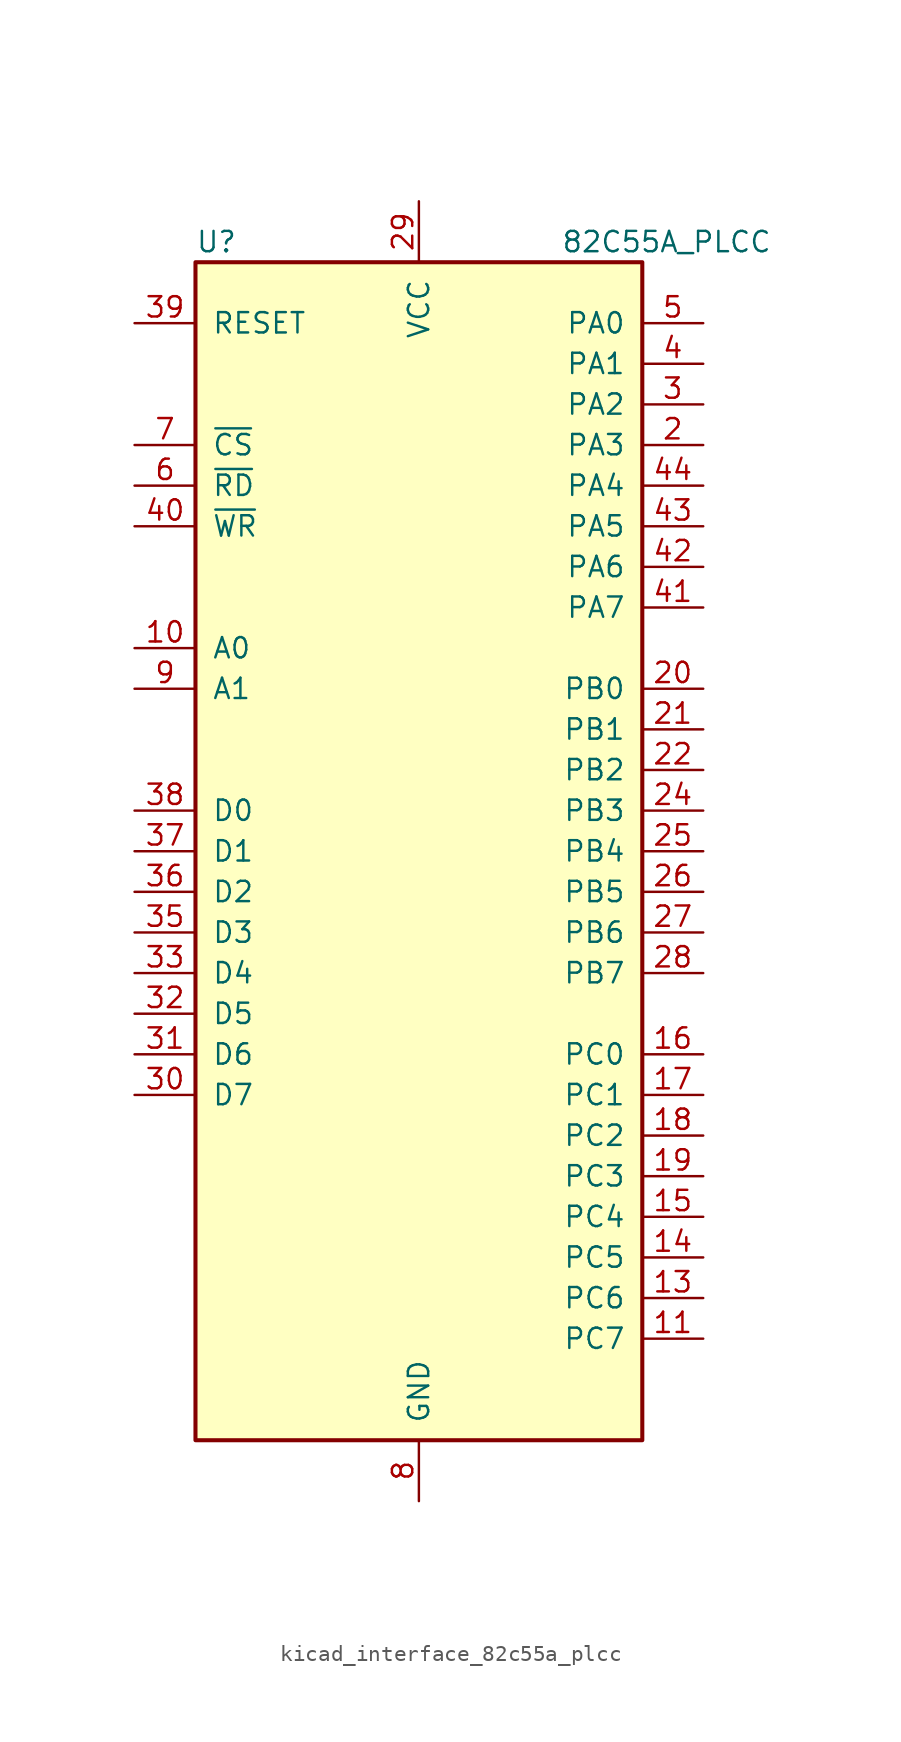
<source format=kicad_sym>
(kicad_symbol_lib
  (version 20220914)
  (generator kicad_symbol_editor)
  (symbol "kicad_interface_82c55a_plcc"
    (pin_names
      (offset 1.016))
    (property "Reference" "U"
      (at -13.97 38.1 0)
      (effects (font (size 1.27 1.27)) (justify left)))
    (property "Value" "82C55A_PLCC"
      (at 8.89 38.1 0)
      (effects (font (size 1.27 1.27)) (justify left)))
    (symbol "kicad_interface_82c55a_plcc_1_1"
      (rectangle (start -13.97 -36.83) (end 13.97 36.83) (stroke (width 0.254) (type default)) (fill (type background)))
      (pin no_connect line (at -13.97 -22.86 0) (length 5.08) hide (name "NC" (effects (font (size 1.27 1.27)))) (number "1" (effects (font (size 1.27 1.27)))))
      (pin input line (at -17.78 12.7 0) (length 3.81) (name "A0" (effects (font (size 1.27 1.27)))) (number "10" (effects (font (size 1.27 1.27)))))
      (pin bidirectional line (at 17.78 -30.48 180) (length 3.81) (name "PC7" (effects (font (size 1.27 1.27)))) (number "11" (effects (font (size 1.27 1.27)))))
      (pin no_connect line (at -13.97 -25.4 0) (length 5.08) hide (name "NC" (effects (font (size 1.27 1.27)))) (number "12" (effects (font (size 1.27 1.27)))))
      (pin bidirectional line (at 17.78 -27.94 180) (length 3.81) (name "PC6" (effects (font (size 1.27 1.27)))) (number "13" (effects (font (size 1.27 1.27)))))
      (pin bidirectional line (at 17.78 -25.4 180) (length 3.81) (name "PC5" (effects (font (size 1.27 1.27)))) (number "14" (effects (font (size 1.27 1.27)))))
      (pin bidirectional line (at 17.78 -22.86 180) (length 3.81) (name "PC4" (effects (font (size 1.27 1.27)))) (number "15" (effects (font (size 1.27 1.27)))))
      (pin bidirectional line (at 17.78 -12.7 180) (length 3.81) (name "PC0" (effects (font (size 1.27 1.27)))) (number "16" (effects (font (size 1.27 1.27)))))
      (pin bidirectional line (at 17.78 -15.24 180) (length 3.81) (name "PC1" (effects (font (size 1.27 1.27)))) (number "17" (effects (font (size 1.27 1.27)))))
      (pin bidirectional line (at 17.78 -17.78 180) (length 3.81) (name "PC2" (effects (font (size 1.27 1.27)))) (number "18" (effects (font (size 1.27 1.27)))))
      (pin bidirectional line (at 17.78 -20.32 180) (length 3.81) (name "PC3" (effects (font (size 1.27 1.27)))) (number "19" (effects (font (size 1.27 1.27)))))
      (pin bidirectional line (at 17.78 25.4 180) (length 3.81) (name "PA3" (effects (font (size 1.27 1.27)))) (number "2" (effects (font (size 1.27 1.27)))))
      (pin bidirectional line (at 17.78 10.16 180) (length 3.81) (name "PB0" (effects (font (size 1.27 1.27)))) (number "20" (effects (font (size 1.27 1.27)))))
      (pin bidirectional line (at 17.78 7.62 180) (length 3.81) (name "PB1" (effects (font (size 1.27 1.27)))) (number "21" (effects (font (size 1.27 1.27)))))
      (pin bidirectional line (at 17.78 5.08 180) (length 3.81) (name "PB2" (effects (font (size 1.27 1.27)))) (number "22" (effects (font (size 1.27 1.27)))))
      (pin no_connect line (at -13.97 -27.94 0) (length 5.08) hide (name "NC" (effects (font (size 1.27 1.27)))) (number "23" (effects (font (size 1.27 1.27)))))
      (pin bidirectional line (at 17.78 2.54 180) (length 3.81) (name "PB3" (effects (font (size 1.27 1.27)))) (number "24" (effects (font (size 1.27 1.27)))))
      (pin bidirectional line (at 17.78 0 180) (length 3.81) (name "PB4" (effects (font (size 1.27 1.27)))) (number "25" (effects (font (size 1.27 1.27)))))
      (pin bidirectional line (at 17.78 -2.54 180) (length 3.81) (name "PB5" (effects (font (size 1.27 1.27)))) (number "26" (effects (font (size 1.27 1.27)))))
      (pin bidirectional line (at 17.78 -5.08 180) (length 3.81) (name "PB6" (effects (font (size 1.27 1.27)))) (number "27" (effects (font (size 1.27 1.27)))))
      (pin bidirectional line (at 17.78 -7.62 180) (length 3.81) (name "PB7" (effects (font (size 1.27 1.27)))) (number "28" (effects (font (size 1.27 1.27)))))
      (pin power_in line (at 0 40.64 270) (length 3.81) (name "VCC" (effects (font (size 1.27 1.27)))) (number "29" (effects (font (size 1.27 1.27)))))
      (pin bidirectional line (at 17.78 27.94 180) (length 3.81) (name "PA2" (effects (font (size 1.27 1.27)))) (number "3" (effects (font (size 1.27 1.27)))))
      (pin bidirectional line (at -17.78 -15.24 0) (length 3.81) (name "D7" (effects (font (size 1.27 1.27)))) (number "30" (effects (font (size 1.27 1.27)))))
      (pin bidirectional line (at -17.78 -12.7 0) (length 3.81) (name "D6" (effects (font (size 1.27 1.27)))) (number "31" (effects (font (size 1.27 1.27)))))
      (pin bidirectional line (at -17.78 -10.16 0) (length 3.81) (name "D5" (effects (font (size 1.27 1.27)))) (number "32" (effects (font (size 1.27 1.27)))))
      (pin bidirectional line (at -17.78 -7.62 0) (length 3.81) (name "D4" (effects (font (size 1.27 1.27)))) (number "33" (effects (font (size 1.27 1.27)))))
      (pin no_connect line (at -13.97 -30.48 0) (length 5.08) hide (name "NC" (effects (font (size 1.27 1.27)))) (number "34" (effects (font (size 1.27 1.27)))))
      (pin bidirectional line (at -17.78 -5.08 0) (length 3.81) (name "D3" (effects (font (size 1.27 1.27)))) (number "35" (effects (font (size 1.27 1.27)))))
      (pin bidirectional line (at -17.78 -2.54 0) (length 3.81) (name "D2" (effects (font (size 1.27 1.27)))) (number "36" (effects (font (size 1.27 1.27)))))
      (pin bidirectional line (at -17.78 0 0) (length 3.81) (name "D1" (effects (font (size 1.27 1.27)))) (number "37" (effects (font (size 1.27 1.27)))))
      (pin bidirectional line (at -17.78 2.54 0) (length 3.81) (name "D0" (effects (font (size 1.27 1.27)))) (number "38" (effects (font (size 1.27 1.27)))))
      (pin input line (at -17.78 33.02 0) (length 3.81) (name "RESET" (effects (font (size 1.27 1.27)))) (number "39" (effects (font (size 1.27 1.27)))))
      (pin bidirectional line (at 17.78 30.48 180) (length 3.81) (name "PA1" (effects (font (size 1.27 1.27)))) (number "4" (effects (font (size 1.27 1.27)))))
      (pin input line (at -17.78 20.32 0) (length 3.81) (name "~{WR}" (effects (font (size 1.27 1.27)))) (number "40" (effects (font (size 1.27 1.27)))))
      (pin bidirectional line (at 17.78 15.24 180) (length 3.81) (name "PA7" (effects (font (size 1.27 1.27)))) (number "41" (effects (font (size 1.27 1.27)))))
      (pin bidirectional line (at 17.78 17.78 180) (length 3.81) (name "PA6" (effects (font (size 1.27 1.27)))) (number "42" (effects (font (size 1.27 1.27)))))
      (pin bidirectional line (at 17.78 20.32 180) (length 3.81) (name "PA5" (effects (font (size 1.27 1.27)))) (number "43" (effects (font (size 1.27 1.27)))))
      (pin bidirectional line (at 17.78 22.86 180) (length 3.81) (name "PA4" (effects (font (size 1.27 1.27)))) (number "44" (effects (font (size 1.27 1.27)))))
      (pin bidirectional line (at 17.78 33.02 180) (length 3.81) (name "PA0" (effects (font (size 1.27 1.27)))) (number "5" (effects (font (size 1.27 1.27)))))
      (pin input line (at -17.78 22.86 0) (length 3.81) (name "~{RD}" (effects (font (size 1.27 1.27)))) (number "6" (effects (font (size 1.27 1.27)))))
      (pin input line (at -17.78 25.4 0) (length 3.81) (name "~{CS}" (effects (font (size 1.27 1.27)))) (number "7" (effects (font (size 1.27 1.27)))))
      (pin power_in line (at 0 -40.64 90) (length 3.81) (name "GND" (effects (font (size 1.27 1.27)))) (number "8" (effects (font (size 1.27 1.27)))))
      (pin input line (at -17.78 10.16 0) (length 3.81) (name "A1" (effects (font (size 1.27 1.27)))) (number "9" (effects (font (size 1.27 1.27))))))))
</source>
